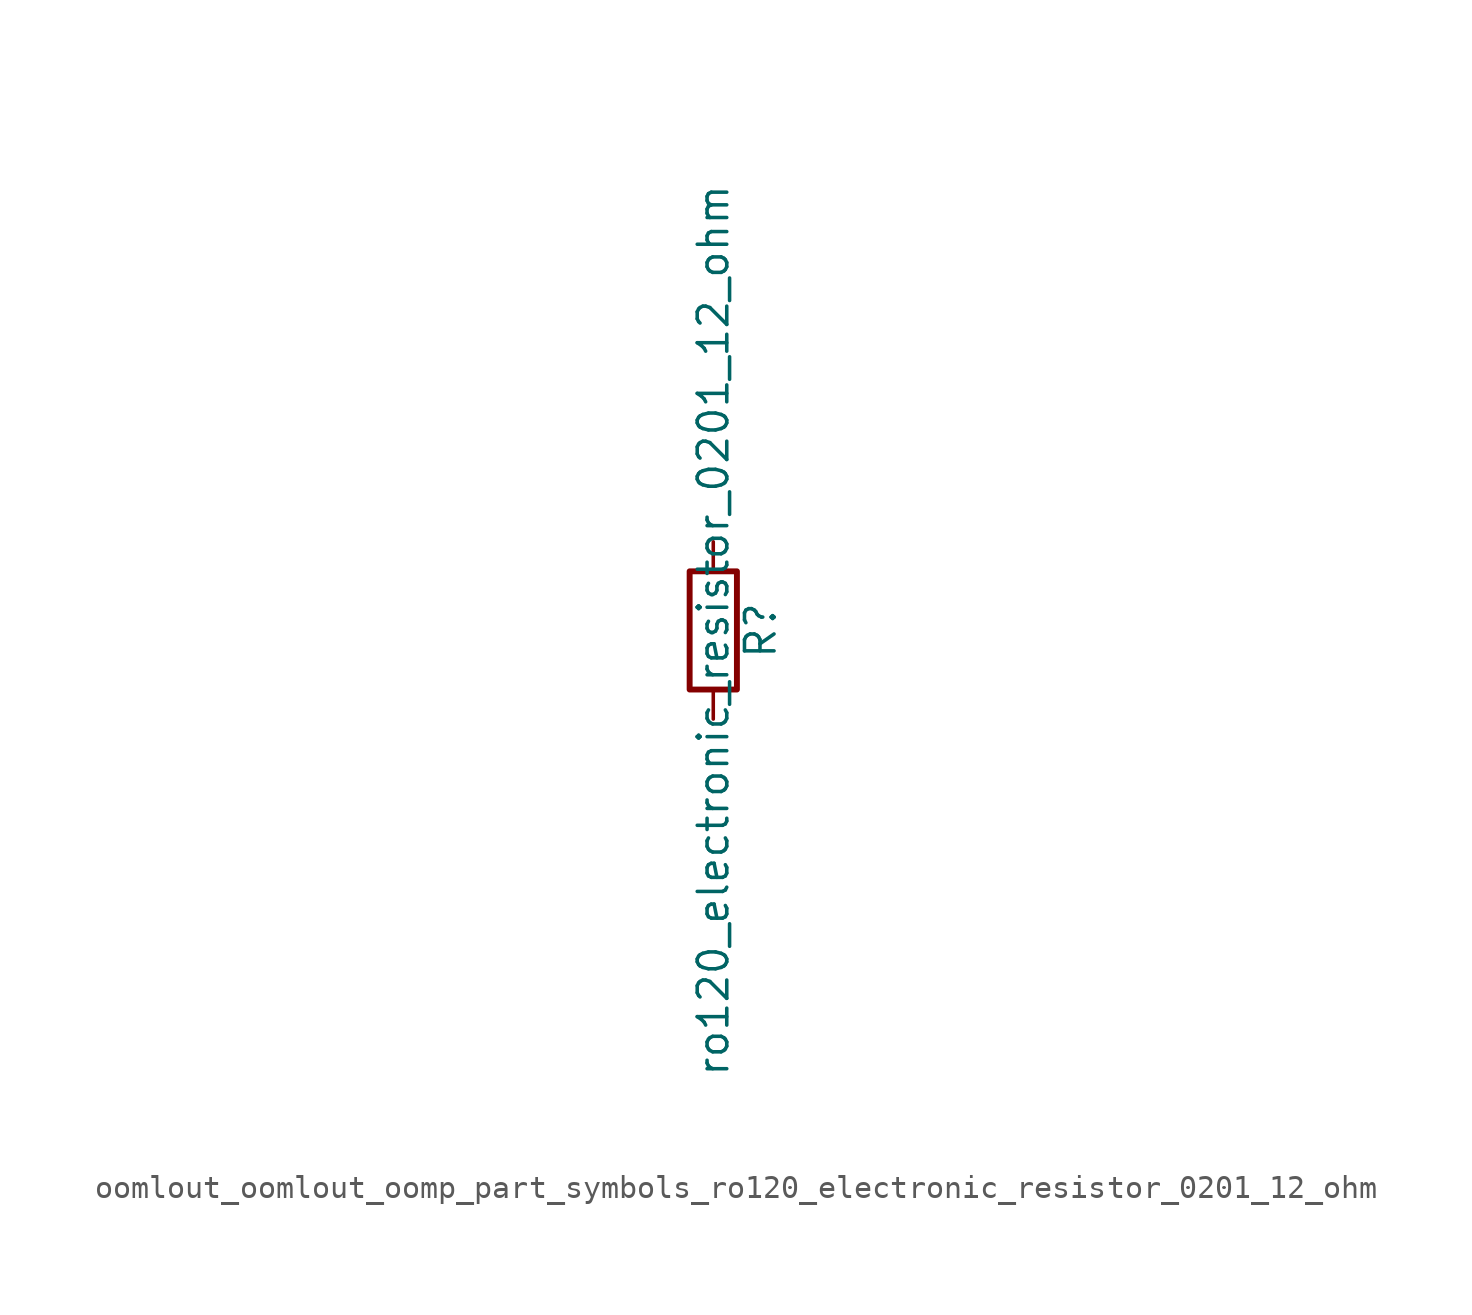
<source format=kicad_sym>
(kicad_symbol_lib
  (version 20220914)
  (generator kicad_symbol_editor)
  (symbol "oomlout_oomlout_oomp_part_symbols_ro120_electronic_resistor_0201_12_ohm"
    (pin_numbers hide)
    (pin_names
      (offset 0))
    (property "Reference" "R"
      (at 2.032 0 90)
      (effects (font (size 1.27 1.27))))
    (property "Value" "ro120_electronic_resistor_0201_12_ohm"
      (at 0 0 90)
      (effects (font (size 1.27 1.27))))
    (symbol "oomlout_oomlout_oomp_part_symbols_ro120_electronic_resistor_0201_12_ohm_0_1"
      (rectangle (start -1.016 -2.54) (end 1.016 2.54) (stroke (width 0.254) (type default)) (fill (type none))))
    (symbol "oomlout_oomlout_oomp_part_symbols_ro120_electronic_resistor_0201_12_ohm_1_1"
      (pin passive line (at 0 3.81 270) (length 1.27) (name "~" (effects (font (size 1.27 1.27)))) (number "1" (effects (font (size 1.27 1.27)))))
      (pin passive line (at 0 -3.81 90) (length 1.27) (name "~" (effects (font (size 1.27 1.27)))) (number "2" (effects (font (size 1.27 1.27))))))))
</source>
